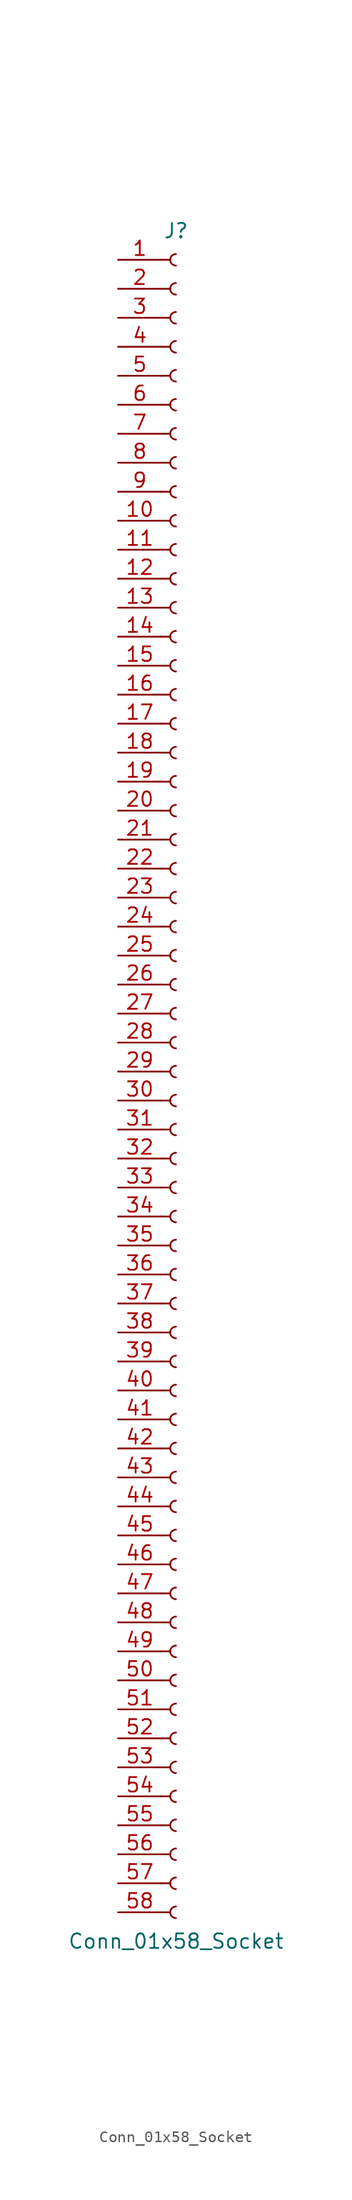
<source format=kicad_sym>
(kicad_symbol_lib
  (version 20220914)
  (generator kicad_symbol_editor)
  (symbol "Conn_01x58_Socket"
    (pin_names
      (offset 1.016) hide)
    (property "Reference" "J"
      (at 0 73.66 0)
      (effects (font (size 1.27 1.27))))
    (property "Value" "Conn_01x58_Socket"
      (at 0 -76.2 0)
      (effects (font (size 1.27 1.27))))
    (property "ki_locked" ""
      (at 0 0 0)
      (effects (font (size 1.27 1.27))))
    (symbol "Conn_01x58_Socket_1_1"
      (arc (start 0 -73.152) (mid -0.5058 -73.66) (end 0 -74.168) (stroke (width 0.1524) (type default)) (fill (type none)))
      (arc (start 0 -70.612) (mid -0.5058 -71.12) (end 0 -71.628) (stroke (width 0.1524) (type default)) (fill (type none)))
      (arc (start 0 -68.072) (mid -0.5058 -68.58) (end 0 -69.088) (stroke (width 0.1524) (type default)) (fill (type none)))
      (arc (start 0 -65.532) (mid -0.5058 -66.04) (end 0 -66.548) (stroke (width 0.1524) (type default)) (fill (type none)))
      (arc (start 0 -62.992) (mid -0.5058 -63.5) (end 0 -64.008) (stroke (width 0.1524) (type default)) (fill (type none)))
      (arc (start 0 -60.452) (mid -0.5058 -60.96) (end 0 -61.468) (stroke (width 0.1524) (type default)) (fill (type none)))
      (arc (start 0 -57.912) (mid -0.5058 -58.42) (end 0 -58.928) (stroke (width 0.1524) (type default)) (fill (type none)))
      (arc (start 0 -55.372) (mid -0.5058 -55.88) (end 0 -56.388) (stroke (width 0.1524) (type default)) (fill (type none)))
      (arc (start 0 -52.832) (mid -0.5058 -53.34) (end 0 -53.848) (stroke (width 0.1524) (type default)) (fill (type none)))
      (arc (start 0 -50.292) (mid -0.5058 -50.8) (end 0 -51.308) (stroke (width 0.1524) (type default)) (fill (type none)))
      (arc (start 0 -47.752) (mid -0.5058 -48.26) (end 0 -48.768) (stroke (width 0.1524) (type default)) (fill (type none)))
      (arc (start 0 -45.212) (mid -0.5058 -45.72) (end 0 -46.228) (stroke (width 0.1524) (type default)) (fill (type none)))
      (arc (start 0 -42.672) (mid -0.5058 -43.18) (end 0 -43.688) (stroke (width 0.1524) (type default)) (fill (type none)))
      (arc (start 0 -40.132) (mid -0.5058 -40.64) (end 0 -41.148) (stroke (width 0.1524) (type default)) (fill (type none)))
      (arc (start 0 -37.592) (mid -0.5058 -38.1) (end 0 -38.608) (stroke (width 0.1524) (type default)) (fill (type none)))
      (arc (start 0 -35.052) (mid -0.5058 -35.56) (end 0 -36.068) (stroke (width 0.1524) (type default)) (fill (type none)))
      (arc (start 0 -32.512) (mid -0.5058 -33.02) (end 0 -33.528) (stroke (width 0.1524) (type default)) (fill (type none)))
      (arc (start 0 -29.972) (mid -0.5058 -30.48) (end 0 -30.988) (stroke (width 0.1524) (type default)) (fill (type none)))
      (arc (start 0 -27.432) (mid -0.5058 -27.94) (end 0 -28.448) (stroke (width 0.1524) (type default)) (fill (type none)))
      (arc (start 0 -24.892) (mid -0.5058 -25.4) (end 0 -25.908) (stroke (width 0.1524) (type default)) (fill (type none)))
      (arc (start 0 -22.352) (mid -0.5058 -22.86) (end 0 -23.368) (stroke (width 0.1524) (type default)) (fill (type none)))
      (arc (start 0 -19.812) (mid -0.5058 -20.32) (end 0 -20.828) (stroke (width 0.1524) (type default)) (fill (type none)))
      (arc (start 0 -17.272) (mid -0.5058 -17.78) (end 0 -18.288) (stroke (width 0.1524) (type default)) (fill (type none)))
      (arc (start 0 -14.732) (mid -0.5058 -15.24) (end 0 -15.748) (stroke (width 0.1524) (type default)) (fill (type none)))
      (arc (start 0 -12.192) (mid -0.5058 -12.7) (end 0 -13.208) (stroke (width 0.1524) (type default)) (fill (type none)))
      (arc (start 0 -9.652) (mid -0.5058 -10.16) (end 0 -10.668) (stroke (width 0.1524) (type default)) (fill (type none)))
      (arc (start 0 -7.112) (mid -0.5058 -7.62) (end 0 -8.128) (stroke (width 0.1524) (type default)) (fill (type none)))
      (arc (start 0 -4.572) (mid -0.5058 -5.08) (end 0 -5.588) (stroke (width 0.1524) (type default)) (fill (type none)))
      (arc (start 0 -2.032) (mid -0.5058 -2.54) (end 0 -3.048) (stroke (width 0.1524) (type default)) (fill (type none)))
      (polyline (pts (xy -1.27 -73.66) (xy -0.508 -73.66)) (stroke (width 0.152) (type default)) (fill (type none)))
      (polyline (pts (xy -1.27 -71.12) (xy -0.508 -71.12)) (stroke (width 0.152) (type default)) (fill (type none)))
      (polyline (pts (xy -1.27 -68.58) (xy -0.508 -68.58)) (stroke (width 0.152) (type default)) (fill (type none)))
      (polyline (pts (xy -1.27 -66.04) (xy -0.508 -66.04)) (stroke (width 0.152) (type default)) (fill (type none)))
      (polyline (pts (xy -1.27 -63.5) (xy -0.508 -63.5)) (stroke (width 0.152) (type default)) (fill (type none)))
      (polyline (pts (xy -1.27 -60.96) (xy -0.508 -60.96)) (stroke (width 0.152) (type default)) (fill (type none)))
      (polyline (pts (xy -1.27 -58.42) (xy -0.508 -58.42)) (stroke (width 0.152) (type default)) (fill (type none)))
      (polyline (pts (xy -1.27 -55.88) (xy -0.508 -55.88)) (stroke (width 0.152) (type default)) (fill (type none)))
      (polyline (pts (xy -1.27 -53.34) (xy -0.508 -53.34)) (stroke (width 0.152) (type default)) (fill (type none)))
      (polyline (pts (xy -1.27 -50.8) (xy -0.508 -50.8)) (stroke (width 0.152) (type default)) (fill (type none)))
      (polyline (pts (xy -1.27 -48.26) (xy -0.508 -48.26)) (stroke (width 0.152) (type default)) (fill (type none)))
      (polyline (pts (xy -1.27 -45.72) (xy -0.508 -45.72)) (stroke (width 0.152) (type default)) (fill (type none)))
      (polyline (pts (xy -1.27 -43.18) (xy -0.508 -43.18)) (stroke (width 0.152) (type default)) (fill (type none)))
      (polyline (pts (xy -1.27 -40.64) (xy -0.508 -40.64)) (stroke (width 0.152) (type default)) (fill (type none)))
      (polyline (pts (xy -1.27 -38.1) (xy -0.508 -38.1)) (stroke (width 0.152) (type default)) (fill (type none)))
      (polyline (pts (xy -1.27 -35.56) (xy -0.508 -35.56)) (stroke (width 0.152) (type default)) (fill (type none)))
      (polyline (pts (xy -1.27 -33.02) (xy -0.508 -33.02)) (stroke (width 0.152) (type default)) (fill (type none)))
      (polyline (pts (xy -1.27 -30.48) (xy -0.508 -30.48)) (stroke (width 0.152) (type default)) (fill (type none)))
      (polyline (pts (xy -1.27 -27.94) (xy -0.508 -27.94)) (stroke (width 0.152) (type default)) (fill (type none)))
      (polyline (pts (xy -1.27 -25.4) (xy -0.508 -25.4)) (stroke (width 0.152) (type default)) (fill (type none)))
      (polyline (pts (xy -1.27 -22.86) (xy -0.508 -22.86)) (stroke (width 0.152) (type default)) (fill (type none)))
      (polyline (pts (xy -1.27 -20.32) (xy -0.508 -20.32)) (stroke (width 0.152) (type default)) (fill (type none)))
      (polyline (pts (xy -1.27 -17.78) (xy -0.508 -17.78)) (stroke (width 0.152) (type default)) (fill (type none)))
      (polyline (pts (xy -1.27 -15.24) (xy -0.508 -15.24)) (stroke (width 0.152) (type default)) (fill (type none)))
      (polyline (pts (xy -1.27 -12.7) (xy -0.508 -12.7)) (stroke (width 0.152) (type default)) (fill (type none)))
      (polyline (pts (xy -1.27 -10.16) (xy -0.508 -10.16)) (stroke (width 0.152) (type default)) (fill (type none)))
      (polyline (pts (xy -1.27 -7.62) (xy -0.508 -7.62)) (stroke (width 0.152) (type default)) (fill (type none)))
      (polyline (pts (xy -1.27 -5.08) (xy -0.508 -5.08)) (stroke (width 0.152) (type default)) (fill (type none)))
      (polyline (pts (xy -1.27 -2.54) (xy -0.508 -2.54)) (stroke (width 0.152) (type default)) (fill (type none)))
      (polyline (pts (xy -1.27 0) (xy -0.508 0)) (stroke (width 0.152) (type default)) (fill (type none)))
      (polyline (pts (xy -1.27 2.54) (xy -0.508 2.54)) (stroke (width 0.152) (type default)) (fill (type none)))
      (polyline (pts (xy -1.27 5.08) (xy -0.508 5.08)) (stroke (width 0.152) (type default)) (fill (type none)))
      (polyline (pts (xy -1.27 7.62) (xy -0.508 7.62)) (stroke (width 0.152) (type default)) (fill (type none)))
      (polyline (pts (xy -1.27 10.16) (xy -0.508 10.16)) (stroke (width 0.152) (type default)) (fill (type none)))
      (polyline (pts (xy -1.27 12.7) (xy -0.508 12.7)) (stroke (width 0.152) (type default)) (fill (type none)))
      (polyline (pts (xy -1.27 15.24) (xy -0.508 15.24)) (stroke (width 0.152) (type default)) (fill (type none)))
      (polyline (pts (xy -1.27 17.78) (xy -0.508 17.78)) (stroke (width 0.152) (type default)) (fill (type none)))
      (polyline (pts (xy -1.27 20.32) (xy -0.508 20.32)) (stroke (width 0.152) (type default)) (fill (type none)))
      (polyline (pts (xy -1.27 22.86) (xy -0.508 22.86)) (stroke (width 0.152) (type default)) (fill (type none)))
      (polyline (pts (xy -1.27 25.4) (xy -0.508 25.4)) (stroke (width 0.152) (type default)) (fill (type none)))
      (polyline (pts (xy -1.27 27.94) (xy -0.508 27.94)) (stroke (width 0.152) (type default)) (fill (type none)))
      (polyline (pts (xy -1.27 30.48) (xy -0.508 30.48)) (stroke (width 0.152) (type default)) (fill (type none)))
      (polyline (pts (xy -1.27 33.02) (xy -0.508 33.02)) (stroke (width 0.152) (type default)) (fill (type none)))
      (polyline (pts (xy -1.27 35.56) (xy -0.508 35.56)) (stroke (width 0.152) (type default)) (fill (type none)))
      (polyline (pts (xy -1.27 38.1) (xy -0.508 38.1)) (stroke (width 0.152) (type default)) (fill (type none)))
      (polyline (pts (xy -1.27 40.64) (xy -0.508 40.64)) (stroke (width 0.152) (type default)) (fill (type none)))
      (polyline (pts (xy -1.27 43.18) (xy -0.508 43.18)) (stroke (width 0.152) (type default)) (fill (type none)))
      (polyline (pts (xy -1.27 45.72) (xy -0.508 45.72)) (stroke (width 0.152) (type default)) (fill (type none)))
      (polyline (pts (xy -1.27 48.26) (xy -0.508 48.26)) (stroke (width 0.152) (type default)) (fill (type none)))
      (polyline (pts (xy -1.27 50.8) (xy -0.508 50.8)) (stroke (width 0.152) (type default)) (fill (type none)))
      (polyline (pts (xy -1.27 53.34) (xy -0.508 53.34)) (stroke (width 0.152) (type default)) (fill (type none)))
      (polyline (pts (xy -1.27 55.88) (xy -0.508 55.88)) (stroke (width 0.152) (type default)) (fill (type none)))
      (polyline (pts (xy -1.27 58.42) (xy -0.508 58.42)) (stroke (width 0.152) (type default)) (fill (type none)))
      (polyline (pts (xy -1.27 60.96) (xy -0.508 60.96)) (stroke (width 0.152) (type default)) (fill (type none)))
      (polyline (pts (xy -1.27 63.5) (xy -0.508 63.5)) (stroke (width 0.152) (type default)) (fill (type none)))
      (polyline (pts (xy -1.27 66.04) (xy -0.508 66.04)) (stroke (width 0.152) (type default)) (fill (type none)))
      (polyline (pts (xy -1.27 68.58) (xy -0.508 68.58)) (stroke (width 0.152) (type default)) (fill (type none)))
      (polyline (pts (xy -1.27 71.12) (xy -0.508 71.12)) (stroke (width 0.152) (type default)) (fill (type none)))
      (arc (start 0 0.508) (mid -0.5058 0) (end 0 -0.508) (stroke (width 0.1524) (type default)) (fill (type none)))
      (arc (start 0 3.048) (mid -0.5058 2.54) (end 0 2.032) (stroke (width 0.1524) (type default)) (fill (type none)))
      (arc (start 0 5.588) (mid -0.5058 5.08) (end 0 4.572) (stroke (width 0.1524) (type default)) (fill (type none)))
      (arc (start 0 8.128) (mid -0.5058 7.62) (end 0 7.112) (stroke (width 0.1524) (type default)) (fill (type none)))
      (arc (start 0 10.668) (mid -0.5058 10.16) (end 0 9.652) (stroke (width 0.1524) (type default)) (fill (type none)))
      (arc (start 0 13.208) (mid -0.5058 12.7) (end 0 12.192) (stroke (width 0.1524) (type default)) (fill (type none)))
      (arc (start 0 15.748) (mid -0.5058 15.24) (end 0 14.732) (stroke (width 0.1524) (type default)) (fill (type none)))
      (arc (start 0 18.288) (mid -0.5058 17.78) (end 0 17.272) (stroke (width 0.1524) (type default)) (fill (type none)))
      (arc (start 0 20.828) (mid -0.5058 20.32) (end 0 19.812) (stroke (width 0.1524) (type default)) (fill (type none)))
      (arc (start 0 23.368) (mid -0.5058 22.86) (end 0 22.352) (stroke (width 0.1524) (type default)) (fill (type none)))
      (arc (start 0 25.908) (mid -0.5058 25.4) (end 0 24.892) (stroke (width 0.1524) (type default)) (fill (type none)))
      (arc (start 0 28.448) (mid -0.5058 27.94) (end 0 27.432) (stroke (width 0.1524) (type default)) (fill (type none)))
      (arc (start 0 30.988) (mid -0.5058 30.48) (end 0 29.972) (stroke (width 0.1524) (type default)) (fill (type none)))
      (arc (start 0 33.528) (mid -0.5058 33.02) (end 0 32.512) (stroke (width 0.1524) (type default)) (fill (type none)))
      (arc (start 0 36.068) (mid -0.5058 35.56) (end 0 35.052) (stroke (width 0.1524) (type default)) (fill (type none)))
      (arc (start 0 38.608) (mid -0.5058 38.1) (end 0 37.592) (stroke (width 0.1524) (type default)) (fill (type none)))
      (arc (start 0 41.148) (mid -0.5058 40.64) (end 0 40.132) (stroke (width 0.1524) (type default)) (fill (type none)))
      (arc (start 0 43.688) (mid -0.5058 43.18) (end 0 42.672) (stroke (width 0.1524) (type default)) (fill (type none)))
      (arc (start 0 46.228) (mid -0.5058 45.72) (end 0 45.212) (stroke (width 0.1524) (type default)) (fill (type none)))
      (arc (start 0 48.768) (mid -0.5058 48.26) (end 0 47.752) (stroke (width 0.1524) (type default)) (fill (type none)))
      (arc (start 0 51.308) (mid -0.5058 50.8) (end 0 50.292) (stroke (width 0.1524) (type default)) (fill (type none)))
      (arc (start 0 53.848) (mid -0.5058 53.34) (end 0 52.832) (stroke (width 0.1524) (type default)) (fill (type none)))
      (arc (start 0 56.388) (mid -0.5058 55.88) (end 0 55.372) (stroke (width 0.1524) (type default)) (fill (type none)))
      (arc (start 0 58.928) (mid -0.5058 58.42) (end 0 57.912) (stroke (width 0.1524) (type default)) (fill (type none)))
      (arc (start 0 61.468) (mid -0.5058 60.96) (end 0 60.452) (stroke (width 0.1524) (type default)) (fill (type none)))
      (arc (start 0 64.008) (mid -0.5058 63.5) (end 0 62.992) (stroke (width 0.1524) (type default)) (fill (type none)))
      (arc (start 0 66.548) (mid -0.5058 66.04) (end 0 65.532) (stroke (width 0.1524) (type default)) (fill (type none)))
      (arc (start 0 69.088) (mid -0.5058 68.58) (end 0 68.072) (stroke (width 0.1524) (type default)) (fill (type none)))
      (arc (start 0 71.628) (mid -0.5058 71.12) (end 0 70.612) (stroke (width 0.1524) (type default)) (fill (type none)))
      (pin passive line (at -5.08 71.12 0) (length 3.81) (name "Pin_1" (effects (font (size 1.27 1.27)))) (number "1" (effects (font (size 1.27 1.27)))))
      (pin passive line (at -5.08 48.26 0) (length 3.81) (name "Pin_10" (effects (font (size 1.27 1.27)))) (number "10" (effects (font (size 1.27 1.27)))))
      (pin passive line (at -5.08 45.72 0) (length 3.81) (name "Pin_11" (effects (font (size 1.27 1.27)))) (number "11" (effects (font (size 1.27 1.27)))))
      (pin passive line (at -5.08 43.18 0) (length 3.81) (name "Pin_12" (effects (font (size 1.27 1.27)))) (number "12" (effects (font (size 1.27 1.27)))))
      (pin passive line (at -5.08 40.64 0) (length 3.81) (name "Pin_13" (effects (font (size 1.27 1.27)))) (number "13" (effects (font (size 1.27 1.27)))))
      (pin passive line (at -5.08 38.1 0) (length 3.81) (name "Pin_14" (effects (font (size 1.27 1.27)))) (number "14" (effects (font (size 1.27 1.27)))))
      (pin passive line (at -5.08 35.56 0) (length 3.81) (name "Pin_15" (effects (font (size 1.27 1.27)))) (number "15" (effects (font (size 1.27 1.27)))))
      (pin passive line (at -5.08 33.02 0) (length 3.81) (name "Pin_16" (effects (font (size 1.27 1.27)))) (number "16" (effects (font (size 1.27 1.27)))))
      (pin passive line (at -5.08 30.48 0) (length 3.81) (name "Pin_17" (effects (font (size 1.27 1.27)))) (number "17" (effects (font (size 1.27 1.27)))))
      (pin passive line (at -5.08 27.94 0) (length 3.81) (name "Pin_18" (effects (font (size 1.27 1.27)))) (number "18" (effects (font (size 1.27 1.27)))))
      (pin passive line (at -5.08 25.4 0) (length 3.81) (name "Pin_19" (effects (font (size 1.27 1.27)))) (number "19" (effects (font (size 1.27 1.27)))))
      (pin passive line (at -5.08 68.58 0) (length 3.81) (name "Pin_2" (effects (font (size 1.27 1.27)))) (number "2" (effects (font (size 1.27 1.27)))))
      (pin passive line (at -5.08 22.86 0) (length 3.81) (name "Pin_20" (effects (font (size 1.27 1.27)))) (number "20" (effects (font (size 1.27 1.27)))))
      (pin passive line (at -5.08 20.32 0) (length 3.81) (name "Pin_21" (effects (font (size 1.27 1.27)))) (number "21" (effects (font (size 1.27 1.27)))))
      (pin passive line (at -5.08 17.78 0) (length 3.81) (name "Pin_22" (effects (font (size 1.27 1.27)))) (number "22" (effects (font (size 1.27 1.27)))))
      (pin passive line (at -5.08 15.24 0) (length 3.81) (name "Pin_23" (effects (font (size 1.27 1.27)))) (number "23" (effects (font (size 1.27 1.27)))))
      (pin passive line (at -5.08 12.7 0) (length 3.81) (name "Pin_24" (effects (font (size 1.27 1.27)))) (number "24" (effects (font (size 1.27 1.27)))))
      (pin passive line (at -5.08 10.16 0) (length 3.81) (name "Pin_25" (effects (font (size 1.27 1.27)))) (number "25" (effects (font (size 1.27 1.27)))))
      (pin passive line (at -5.08 7.62 0) (length 3.81) (name "Pin_26" (effects (font (size 1.27 1.27)))) (number "26" (effects (font (size 1.27 1.27)))))
      (pin passive line (at -5.08 5.08 0) (length 3.81) (name "Pin_27" (effects (font (size 1.27 1.27)))) (number "27" (effects (font (size 1.27 1.27)))))
      (pin passive line (at -5.08 2.54 0) (length 3.81) (name "Pin_28" (effects (font (size 1.27 1.27)))) (number "28" (effects (font (size 1.27 1.27)))))
      (pin passive line (at -5.08 0 0) (length 3.81) (name "Pin_29" (effects (font (size 1.27 1.27)))) (number "29" (effects (font (size 1.27 1.27)))))
      (pin passive line (at -5.08 66.04 0) (length 3.81) (name "Pin_3" (effects (font (size 1.27 1.27)))) (number "3" (effects (font (size 1.27 1.27)))))
      (pin passive line (at -5.08 -2.54 0) (length 3.81) (name "Pin_30" (effects (font (size 1.27 1.27)))) (number "30" (effects (font (size 1.27 1.27)))))
      (pin passive line (at -5.08 -5.08 0) (length 3.81) (name "Pin_31" (effects (font (size 1.27 1.27)))) (number "31" (effects (font (size 1.27 1.27)))))
      (pin passive line (at -5.08 -7.62 0) (length 3.81) (name "Pin_32" (effects (font (size 1.27 1.27)))) (number "32" (effects (font (size 1.27 1.27)))))
      (pin passive line (at -5.08 -10.16 0) (length 3.81) (name "Pin_33" (effects (font (size 1.27 1.27)))) (number "33" (effects (font (size 1.27 1.27)))))
      (pin passive line (at -5.08 -12.7 0) (length 3.81) (name "Pin_34" (effects (font (size 1.27 1.27)))) (number "34" (effects (font (size 1.27 1.27)))))
      (pin passive line (at -5.08 -15.24 0) (length 3.81) (name "Pin_35" (effects (font (size 1.27 1.27)))) (number "35" (effects (font (size 1.27 1.27)))))
      (pin passive line (at -5.08 -17.78 0) (length 3.81) (name "Pin_36" (effects (font (size 1.27 1.27)))) (number "36" (effects (font (size 1.27 1.27)))))
      (pin passive line (at -5.08 -20.32 0) (length 3.81) (name "Pin_37" (effects (font (size 1.27 1.27)))) (number "37" (effects (font (size 1.27 1.27)))))
      (pin passive line (at -5.08 -22.86 0) (length 3.81) (name "Pin_38" (effects (font (size 1.27 1.27)))) (number "38" (effects (font (size 1.27 1.27)))))
      (pin passive line (at -5.08 -25.4 0) (length 3.81) (name "Pin_39" (effects (font (size 1.27 1.27)))) (number "39" (effects (font (size 1.27 1.27)))))
      (pin passive line (at -5.08 63.5 0) (length 3.81) (name "Pin_4" (effects (font (size 1.27 1.27)))) (number "4" (effects (font (size 1.27 1.27)))))
      (pin passive line (at -5.08 -27.94 0) (length 3.81) (name "Pin_40" (effects (font (size 1.27 1.27)))) (number "40" (effects (font (size 1.27 1.27)))))
      (pin passive line (at -5.08 -30.48 0) (length 3.81) (name "Pin_41" (effects (font (size 1.27 1.27)))) (number "41" (effects (font (size 1.27 1.27)))))
      (pin passive line (at -5.08 -33.02 0) (length 3.81) (name "Pin_42" (effects (font (size 1.27 1.27)))) (number "42" (effects (font (size 1.27 1.27)))))
      (pin passive line (at -5.08 -35.56 0) (length 3.81) (name "Pin_43" (effects (font (size 1.27 1.27)))) (number "43" (effects (font (size 1.27 1.27)))))
      (pin passive line (at -5.08 -38.1 0) (length 3.81) (name "Pin_44" (effects (font (size 1.27 1.27)))) (number "44" (effects (font (size 1.27 1.27)))))
      (pin passive line (at -5.08 -40.64 0) (length 3.81) (name "Pin_45" (effects (font (size 1.27 1.27)))) (number "45" (effects (font (size 1.27 1.27)))))
      (pin passive line (at -5.08 -43.18 0) (length 3.81) (name "Pin_46" (effects (font (size 1.27 1.27)))) (number "46" (effects (font (size 1.27 1.27)))))
      (pin passive line (at -5.08 -45.72 0) (length 3.81) (name "Pin_47" (effects (font (size 1.27 1.27)))) (number "47" (effects (font (size 1.27 1.27)))))
      (pin passive line (at -5.08 -48.26 0) (length 3.81) (name "Pin_48" (effects (font (size 1.27 1.27)))) (number "48" (effects (font (size 1.27 1.27)))))
      (pin passive line (at -5.08 -50.8 0) (length 3.81) (name "Pin_49" (effects (font (size 1.27 1.27)))) (number "49" (effects (font (size 1.27 1.27)))))
      (pin passive line (at -5.08 60.96 0) (length 3.81) (name "Pin_5" (effects (font (size 1.27 1.27)))) (number "5" (effects (font (size 1.27 1.27)))))
      (pin passive line (at -5.08 -53.34 0) (length 3.81) (name "Pin_50" (effects (font (size 1.27 1.27)))) (number "50" (effects (font (size 1.27 1.27)))))
      (pin passive line (at -5.08 -55.88 0) (length 3.81) (name "Pin_51" (effects (font (size 1.27 1.27)))) (number "51" (effects (font (size 1.27 1.27)))))
      (pin passive line (at -5.08 -58.42 0) (length 3.81) (name "Pin_52" (effects (font (size 1.27 1.27)))) (number "52" (effects (font (size 1.27 1.27)))))
      (pin passive line (at -5.08 -60.96 0) (length 3.81) (name "Pin_53" (effects (font (size 1.27 1.27)))) (number "53" (effects (font (size 1.27 1.27)))))
      (pin passive line (at -5.08 -63.5 0) (length 3.81) (name "Pin_54" (effects (font (size 1.27 1.27)))) (number "54" (effects (font (size 1.27 1.27)))))
      (pin passive line (at -5.08 -66.04 0) (length 3.81) (name "Pin_55" (effects (font (size 1.27 1.27)))) (number "55" (effects (font (size 1.27 1.27)))))
      (pin passive line (at -5.08 -68.58 0) (length 3.81) (name "Pin_56" (effects (font (size 1.27 1.27)))) (number "56" (effects (font (size 1.27 1.27)))))
      (pin passive line (at -5.08 -71.12 0) (length 3.81) (name "Pin_57" (effects (font (size 1.27 1.27)))) (number "57" (effects (font (size 1.27 1.27)))))
      (pin passive line (at -5.08 -73.66 0) (length 3.81) (name "Pin_58" (effects (font (size 1.27 1.27)))) (number "58" (effects (font (size 1.27 1.27)))))
      (pin passive line (at -5.08 58.42 0) (length 3.81) (name "Pin_6" (effects (font (size 1.27 1.27)))) (number "6" (effects (font (size 1.27 1.27)))))
      (pin passive line (at -5.08 55.88 0) (length 3.81) (name "Pin_7" (effects (font (size 1.27 1.27)))) (number "7" (effects (font (size 1.27 1.27)))))
      (pin passive line (at -5.08 53.34 0) (length 3.81) (name "Pin_8" (effects (font (size 1.27 1.27)))) (number "8" (effects (font (size 1.27 1.27)))))
      (pin passive line (at -5.08 50.8 0) (length 3.81) (name "Pin_9" (effects (font (size 1.27 1.27)))) (number "9" (effects (font (size 1.27 1.27))))))))
</source>
